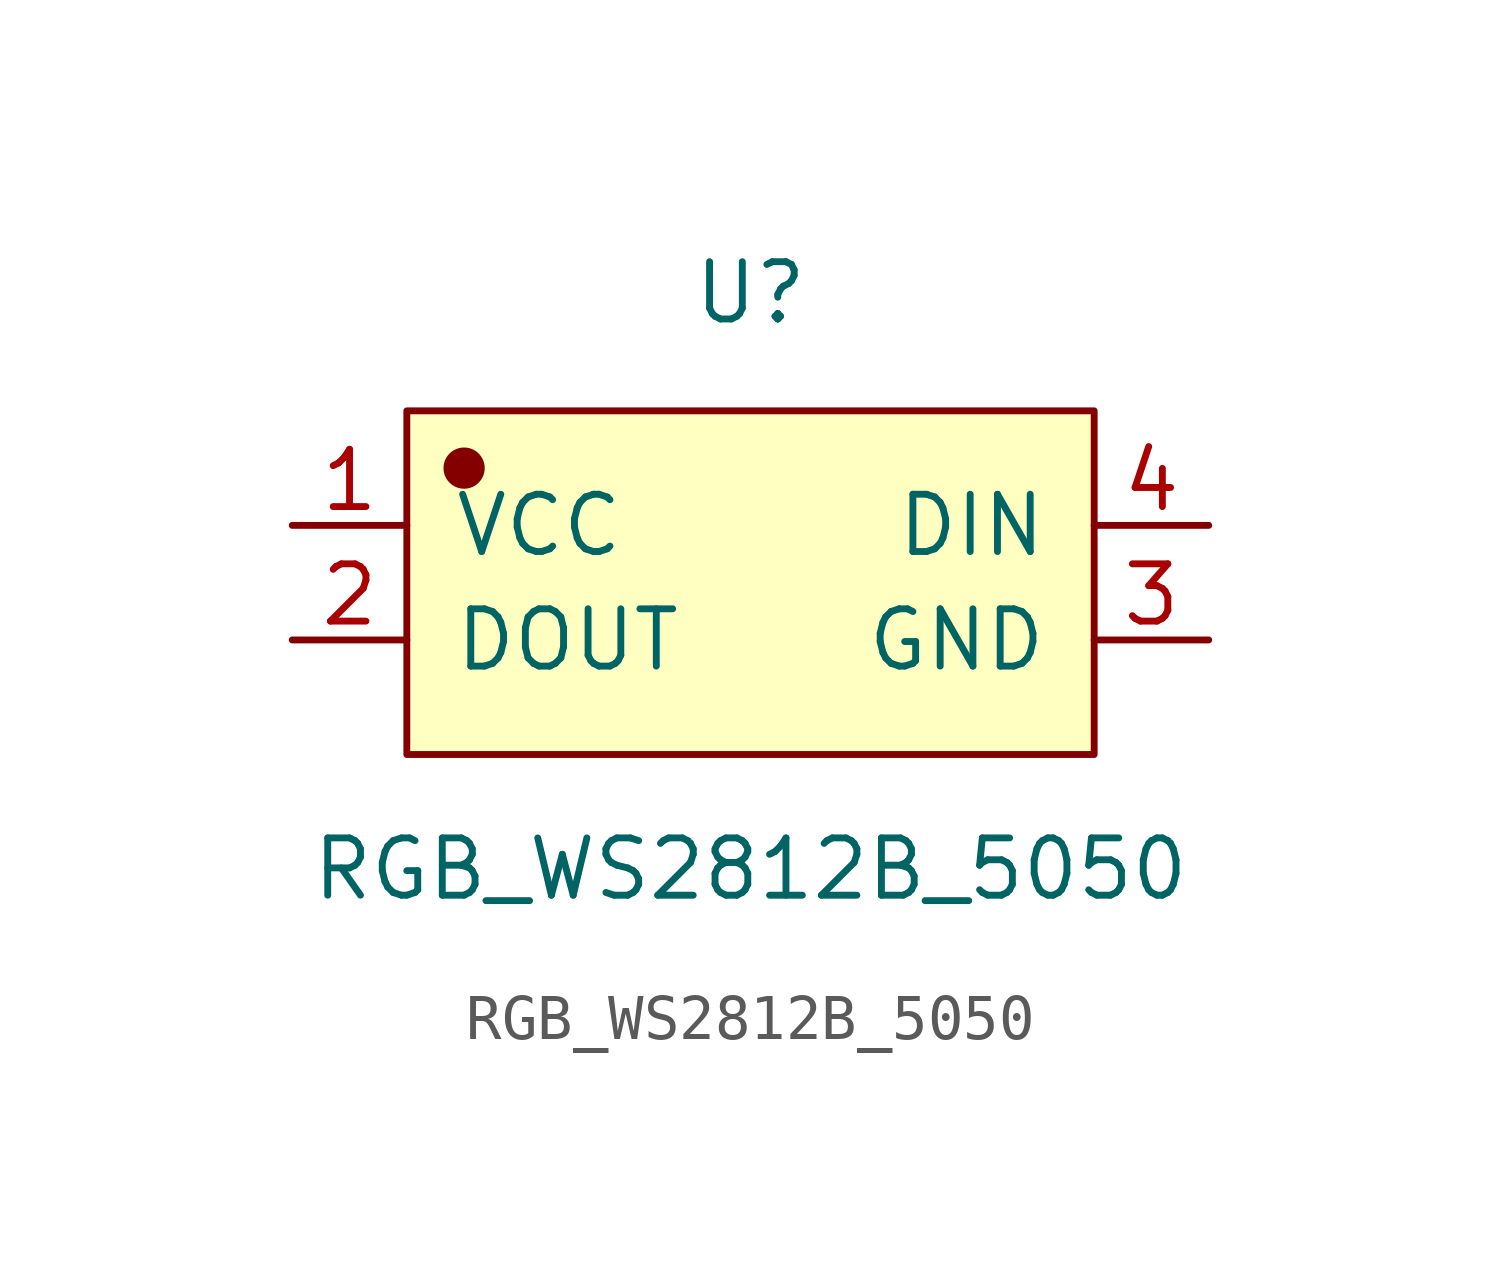
<source format=kicad_sym>
(kicad_symbol_lib
  (version 20211014)
  (generator kicad_symbol_editor)
  (symbol "RGB_WS2812B_5050"
    (pin_names
      (offset 1.016))
    (property "Reference" "U"
      (at 0 6.426 0)
      (effects (font (size 1.27 1.27))))
    (property "Value" "RGB_WS2812B_5050"
      (at 0 -6.35 0)
      (effects (font (size 1.27 1.27))))
    (symbol "RGB_WS2812B_5050_1_1"
      (rectangle (start -7.62 3.81) (end 7.62 -3.81) (stroke (width 0.152) (type default) (color 0 0 0 0)) (fill (type background)))
      (circle (center -6.35 2.54) (radius 0.381) (stroke (width 0.152) (type default) (color 0 0 0 0)) (fill (type outline)))
      (pin input line (at -10.16 1.27 0) (length 2.54) (name "VCC" (effects (font (size 1.27 1.27)))) (number "1" (effects (font (size 1.27 1.27)))))
      (pin input line (at -10.16 -1.27 0) (length 2.54) (name "DOUT" (effects (font (size 1.27 1.27)))) (number "2" (effects (font (size 1.27 1.27)))))
      (pin input line (at 10.16 -1.27 180) (length 2.54) (name "GND" (effects (font (size 1.27 1.27)))) (number "3" (effects (font (size 1.27 1.27)))))
      (pin input line (at 10.16 1.27 180) (length 2.54) (name "DIN" (effects (font (size 1.27 1.27)))) (number "4" (effects (font (size 1.27 1.27))))))))
</source>
